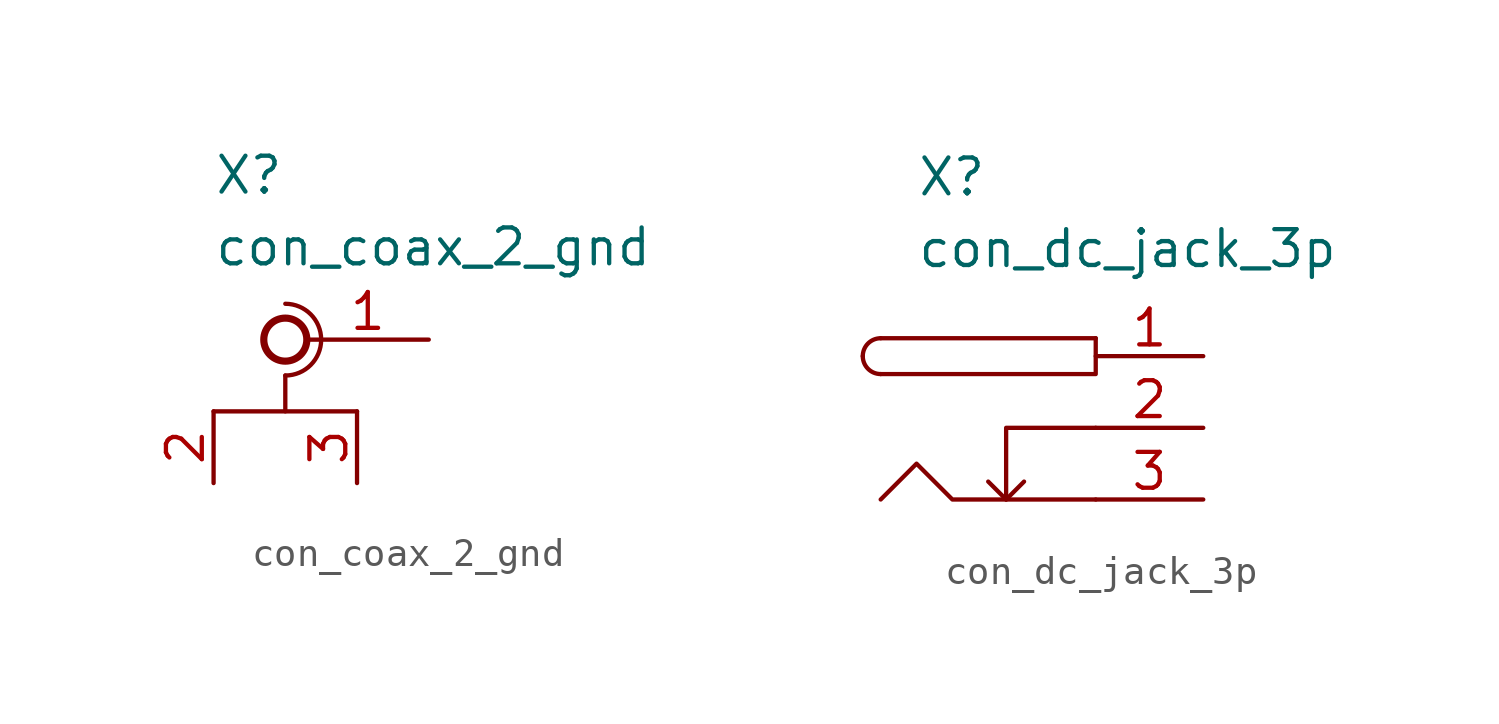
<source format=kicad_sym>
(kicad_symbol_lib
  (version 20241209)
  (generator "kicad_symbol_editor")
  (generator_version "9.0")
  (symbol "con_coax_2_gnd"
    (pin_names
      (offset 1.016)
      (hide yes))
    (property "Reference" "X"
      (at -7.62 5.08 0)
      (effects (font (size 1.27 1.27)) (justify left bottom)))
    (property "Value" "con_coax_2_gnd"
      (at -7.62 2.54 0)
      (effects (font (size 1.27 1.27)) (justify left bottom)))
    (symbol "con_coax_2_gnd_0_1"
      (polyline (pts (xy -7.62 -2.54) (xy -2.54 -2.54)) (stroke (width 0) (type default)) (fill (type none)))
      (arc (start -5.08 1.27) (mid -3.81 0) (end -5.08 -1.27) (stroke (width 0) (type default)) (fill (type none)))
      (circle (center -5.08 0) (radius 0.762) (stroke (width 0.254) (type default)) (fill (type none)))
      (polyline (pts (xy -5.08 -1.27) (xy -5.08 -2.54)) (stroke (width 0) (type default)) (fill (type none))))
    (symbol "con_coax_2_gnd_1_1"
      (pin passive line (at -7.62 -5.08 90) (length 2.54) (name "~" (effects (font (size 1.27 1.27)))) (number "2" (effects (font (size 1.27 1.27)))))
      (pin passive line (at -2.54 -5.08 90) (length 2.54) (name "~" (effects (font (size 1.27 1.27)))) (number "3" (effects (font (size 1.27 1.27)))))
      (pin passive line (at 0 0 180) (length 4.318) (name "~" (effects (font (size 1.27 1.27)))) (number "1" (effects (font (size 1.27 1.27)))))))
  (symbol "con_dc_jack_3p"
    (property "Reference" "X"
      (at -10.16 6.35 0)
      (effects (font (size 1.27 1.27)) (justify left)))
    (property "Value" "con_dc_jack_3p"
      (at -10.16 3.81 0)
      (effects (font (size 1.27 1.27)) (justify left)))
    (symbol "con_dc_jack_3p_0_1"
      (polyline (pts (xy -11.43 0.635) (xy -3.81 0.635)) (stroke (width 0) (type default)) (fill (type none)))
      (arc (start -12.065 0) (mid -11.879 0.449) (end -11.43 0.635) (stroke (width 0) (type default)) (fill (type none)))
      (arc (start -11.43 -0.635) (mid -11.879 -0.449) (end -12.065 0) (stroke (width 0) (type default)) (fill (type none)))
      (polyline (pts (xy -11.43 -5.08) (xy -10.16 -3.81) (xy -8.89 -5.08) (xy -3.81 -5.08)) (stroke (width 0) (type default)) (fill (type none)))
      (polyline (pts (xy -6.985 -5.08) (xy -6.35 -4.445)) (stroke (width 0) (type default)) (fill (type none)))
      (polyline (pts (xy -3.81 0.635) (xy -3.81 -0.635) (xy -11.43 -0.635)) (stroke (width 0) (type default)) (fill (type none)))
      (polyline (pts (xy -3.81 -2.54) (xy -6.985 -2.54) (xy -6.985 -5.08) (xy -7.62 -4.445)) (stroke (width 0) (type default)) (fill (type none))))
    (symbol "con_dc_jack_3p_1_1"
      (pin passive line (at 0 0 180) (length 3.81) (name "" (effects (font (size 1.27 1.27)))) (number "1" (effects (font (size 1.27 1.27)))))
      (pin passive line (at 0 -2.54 180) (length 3.81) (name "" (effects (font (size 1.27 1.27)))) (number "2" (effects (font (size 1.27 1.27)))))
      (pin passive line (at 0 -5.08 180) (length 3.81) (name "" (effects (font (size 1.27 1.27)))) (number "3" (effects (font (size 1.27 1.27))))))))
</source>
